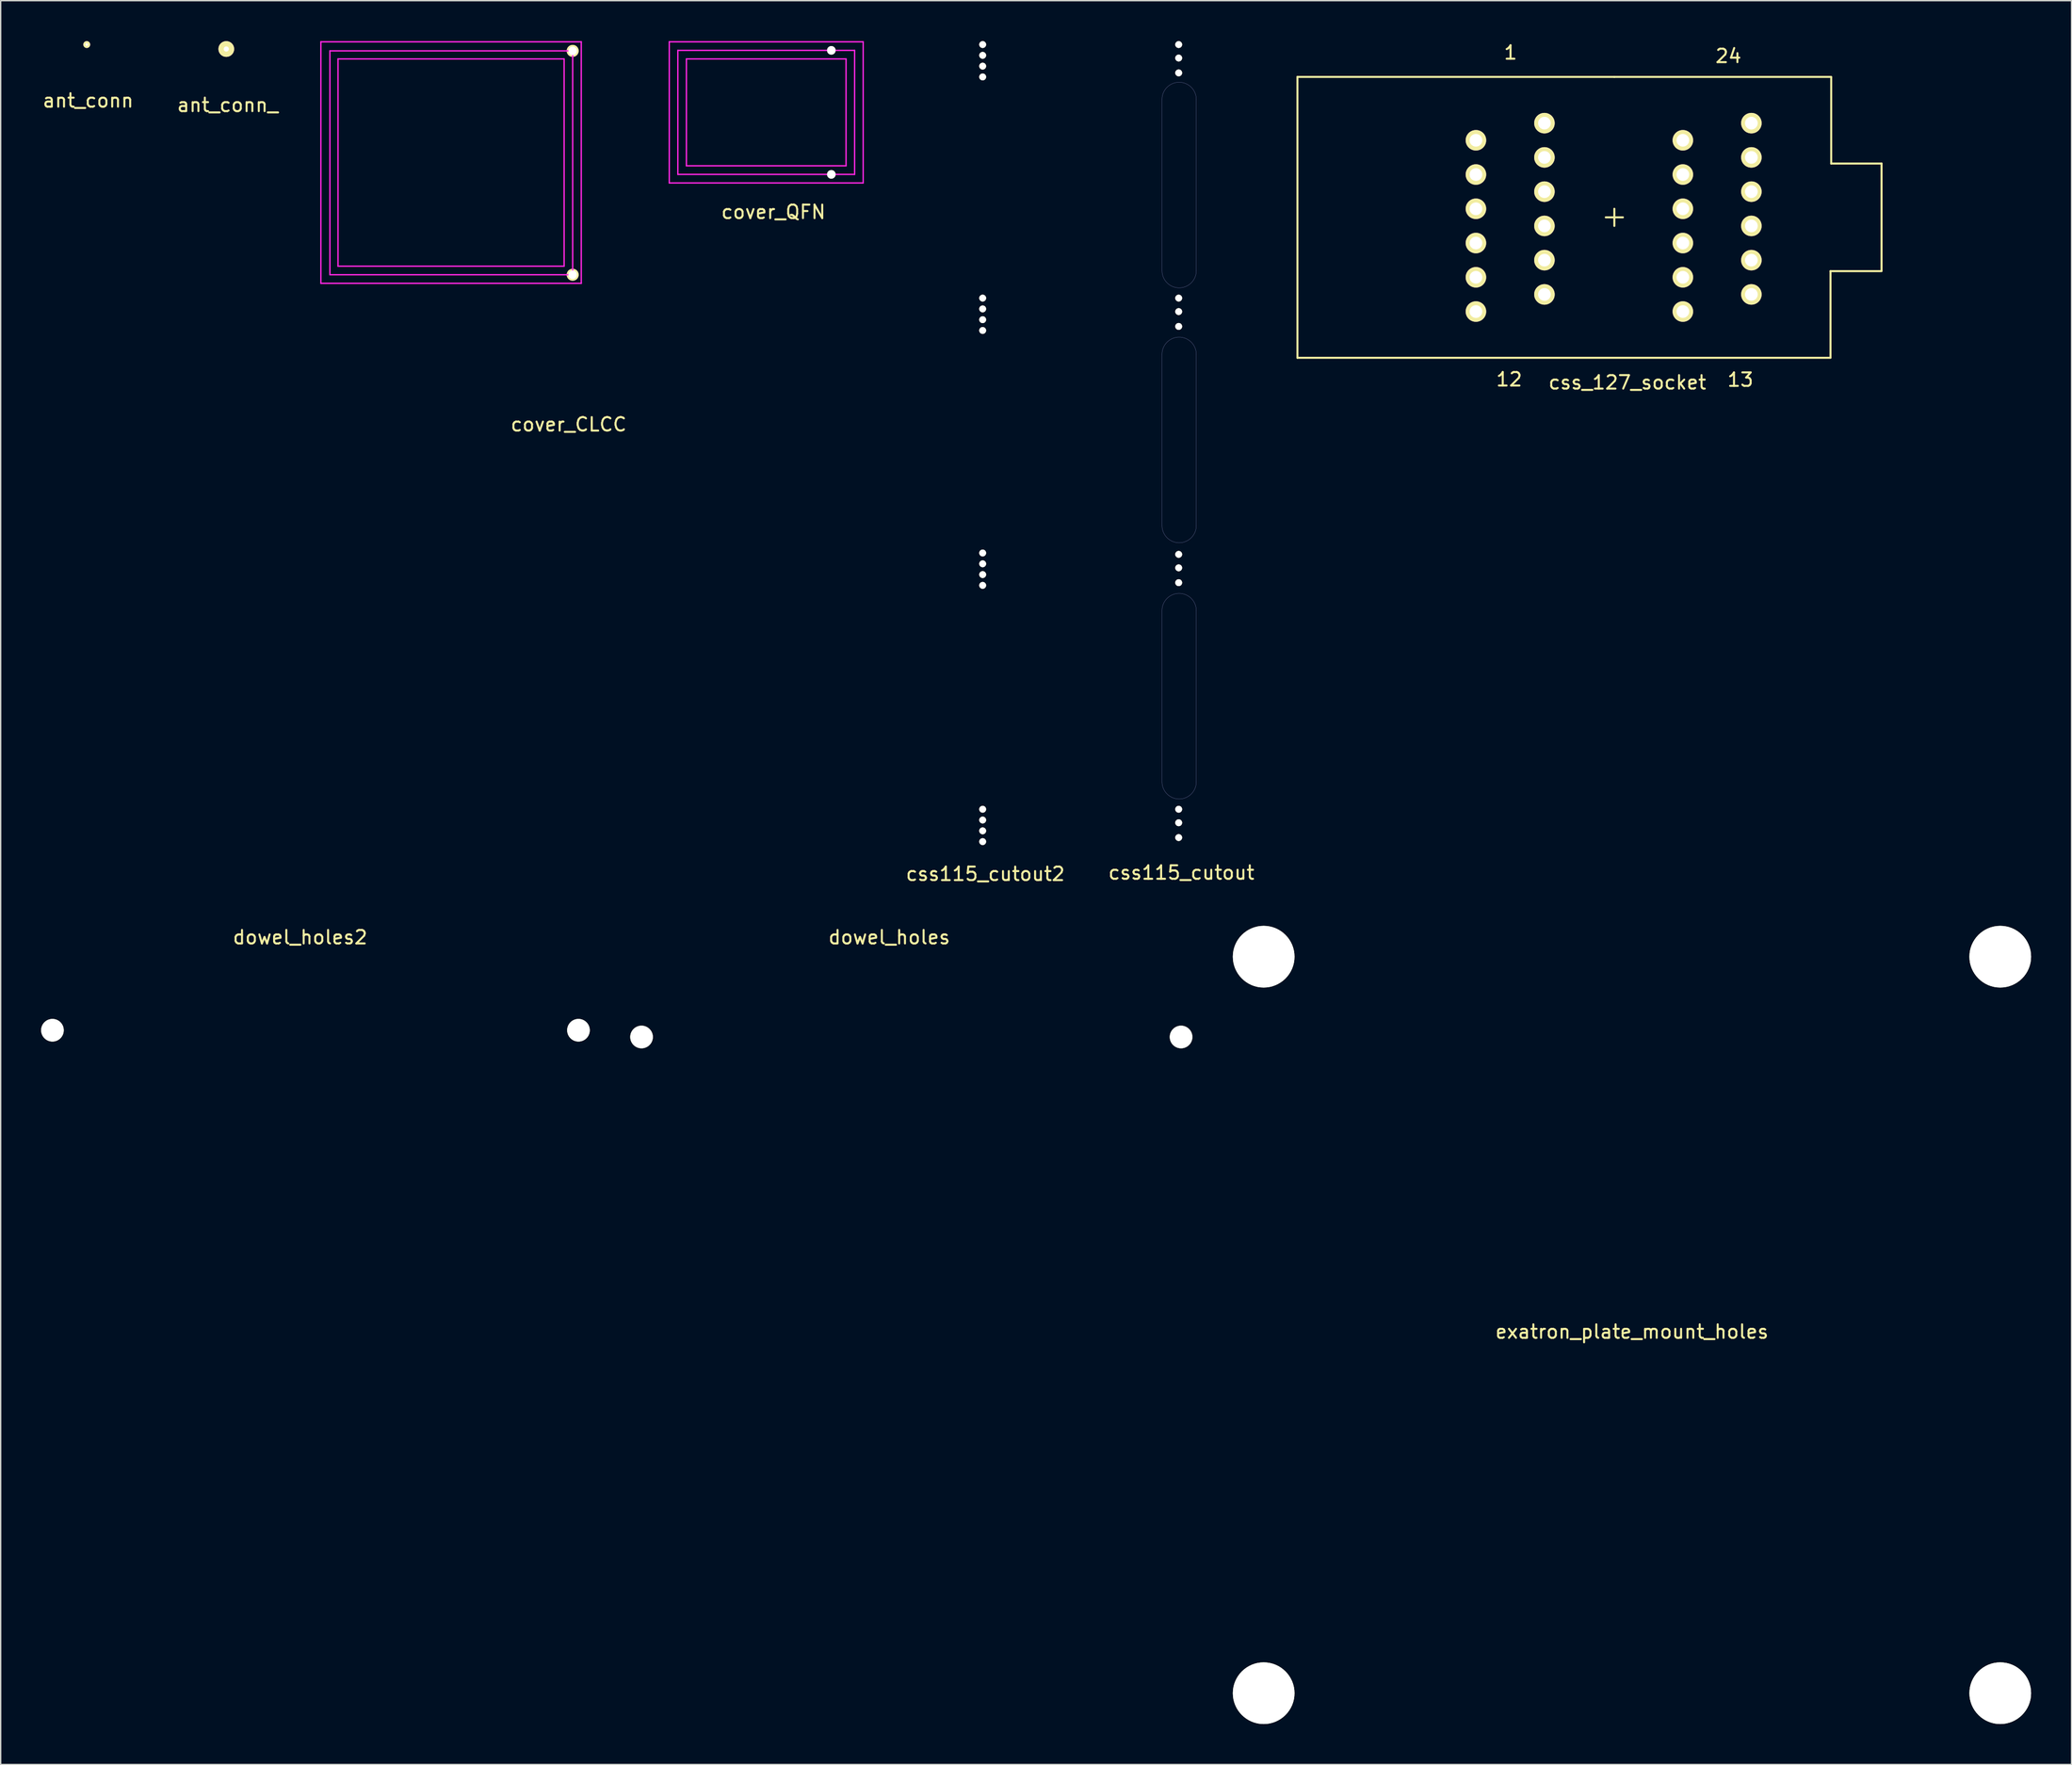
<source format=kicad_pcb>
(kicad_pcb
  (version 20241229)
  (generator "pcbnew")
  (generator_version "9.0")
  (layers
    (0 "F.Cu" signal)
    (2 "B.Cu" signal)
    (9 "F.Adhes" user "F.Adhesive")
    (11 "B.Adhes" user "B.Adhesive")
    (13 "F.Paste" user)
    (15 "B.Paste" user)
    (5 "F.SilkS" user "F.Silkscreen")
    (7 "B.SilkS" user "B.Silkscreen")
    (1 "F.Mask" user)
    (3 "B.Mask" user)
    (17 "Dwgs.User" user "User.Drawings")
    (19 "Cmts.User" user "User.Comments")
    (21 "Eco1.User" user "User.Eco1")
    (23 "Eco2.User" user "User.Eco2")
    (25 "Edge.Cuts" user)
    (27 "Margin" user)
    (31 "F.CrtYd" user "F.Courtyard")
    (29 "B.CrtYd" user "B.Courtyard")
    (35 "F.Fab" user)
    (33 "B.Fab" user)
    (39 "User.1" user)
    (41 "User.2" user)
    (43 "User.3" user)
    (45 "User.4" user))
  (footprint "cover_QFN"
    (layer "F.Cu")
    (at 60.312 9.88)
    (property "Reference" "cover_QFN" (at -6.02 2.786 0) (layer "F.SilkS") (effects (font (size 1 1) (thickness 0.15))))
    (attr through_hole)
    (fp_line (start -13.741 -9.83) (end -13.741 0.635) (stroke (width 0.1) (type solid)) (layer "F.CrtYd"))
    (fp_line (start -13.741 0.635) (end 0.635 0.635) (stroke (width 0.1) (type solid)) (layer "F.CrtYd"))
    (fp_line (start -13.106 -9.195) (end 0 -9.195) (stroke (width 0.1) (type solid)) (layer "F.CrtYd"))
    (fp_line (start -13.106 0) (end -13.106 -9.195) (stroke (width 0.1) (type solid)) (layer "F.CrtYd"))
    (fp_line (start -12.471 -8.56) (end -12.471 -0.635) (stroke (width 0.1) (type solid)) (layer "F.CrtYd"))
    (fp_line (start -12.471 -0.635) (end -0.635 -0.635) (stroke (width 0.1) (type solid)) (layer "F.CrtYd"))
    (fp_line (start -0.635 -8.56) (end -12.471 -8.56) (stroke (width 0.1) (type solid)) (layer "F.CrtYd"))
    (fp_line (start -0.635 -0.635) (end -0.635 -8.56) (stroke (width 0.1) (type solid)) (layer "F.CrtYd"))
    (fp_line (start 0 -9.195) (end 0 0) (stroke (width 0.1) (type solid)) (layer "F.CrtYd"))
    (fp_line (start 0 0) (end -13.106 0) (stroke (width 0.1) (type solid)) (layer "F.CrtYd"))
    (fp_line (start 0.635 -9.83) (end -13.741 -9.83) (stroke (width 0.1) (type solid)) (layer "F.CrtYd"))
    (fp_line (start 0.635 0.635) (end 0.635 -9.83) (stroke (width 0.1) (type solid)) (layer "F.CrtYd"))
    (pad "" np_thru_hole circle (at -1.727 -9.195) (size 0.635 0.635) (drill 0.635) (layers "*.Cu" "*.Mask" "F.SilkS"))
    (pad "" np_thru_hole circle (at -1.727 0) (size 0.635 0.635) (drill 0.635) (layers "*.Cu" "*.Mask" "F.SilkS")))
  (footprint "css115_cutout"
    (layer "F.Cu")
    (at 84.338 59.854)
    (property "Reference" "css115_cutout" (at 0.2 1.8 0) (layer "F.SilkS") (effects (font (size 1 1) (thickness 0.15))))
    (attr through_hole)
    (fp_line (start -1.235 -55.532) (end -1.235 -42.833) (stroke (width 0.025) (type solid)) (layer "B.Fab"))
    (fp_line (start -1.235 -36.633) (end -1.235 -23.933) (stroke (width 0.025) (type solid)) (layer "B.Fab"))
    (fp_line (start -1.235 -17.633) (end -1.235 -4.933) (stroke (width 0.025) (type solid)) (layer "B.Fab"))
    (fp_line (start 1.305 -55.532) (end 1.305 -42.833) (stroke (width 0.025) (type solid)) (layer "B.Fab"))
    (fp_line (start 1.305 -36.633) (end 1.305 -23.933) (stroke (width 0.025) (type solid)) (layer "B.Fab"))
    (fp_line (start 1.305 -17.633) (end 1.305 -4.933) (stroke (width 0.025) (type solid)) (layer "B.Fab"))
    (fp_arc (start -1.23496 -55.53504) (mid 0.03504 -56.80504) (end 1.30504 -55.53504) (stroke (width 0.0254) (type solid)) (layer "B.Fab"))
    (fp_arc (start -1.23496 -36.63504) (mid 0.03504 -37.90504) (end 1.30504 -36.63504) (stroke (width 0.0254) (type solid)) (layer "B.Fab"))
    (fp_arc (start -1.23496 -17.63504) (mid 0.03504 -18.90504) (end 1.30504 -17.63504) (stroke (width 0.0254) (type solid)) (layer "B.Fab"))
    (fp_arc (start 1.30631 -42.83123) (mid 0.03631 -41.56123) (end -1.23369 -42.83123) (stroke (width 0.0254) (type solid)) (layer "B.Fab"))
    (fp_arc (start 1.30631 -23.93123) (mid 0.03631 -22.66123) (end -1.23369 -23.93123) (stroke (width 0.0254) (type solid)) (layer "B.Fab"))
    (fp_arc (start 1.30631 -4.93123) (mid 0.03631 -3.66123) (end -1.23369 -4.93123) (stroke (width 0.0254) (type solid)) (layer "B.Fab"))
    (pad "" np_thru_hole circle (at 0 -59.6) (size 0.508 0.508) (drill 0.508) (layers "*.Cu" "*.Mask" "F.SilkS"))
    (pad "" np_thru_hole circle (at 0 -58.6) (size 0.508 0.508) (drill 0.508) (layers "*.Cu" "*.Mask" "F.SilkS"))
    (pad "" np_thru_hole circle (at 0 -57.5) (size 0.508 0.508) (drill 0.508) (layers "*.Cu" "*.Mask" "F.SilkS"))
    (pad "" np_thru_hole circle (at 0 -40.8) (size 0.508 0.508) (drill 0.508) (layers "*.Cu" "*.Mask" "F.SilkS"))
    (pad "" np_thru_hole circle (at 0 -39.8) (size 0.508 0.508) (drill 0.508) (layers "*.Cu" "*.Mask" "F.SilkS"))
    (pad "" np_thru_hole circle (at 0 -38.7) (size 0.508 0.508) (drill 0.508) (layers "*.Cu" "*.Mask" "F.SilkS"))
    (pad "" np_thru_hole circle (at 0 -21.8) (size 0.508 0.508) (drill 0.508) (layers "*.Cu" "*.Mask" "F.SilkS"))
    (pad "" np_thru_hole circle (at 0 -20.8) (size 0.508 0.508) (drill 0.508) (layers "*.Cu" "*.Mask" "F.SilkS"))
    (pad "" np_thru_hole circle (at 0 -19.7) (size 0.508 0.508) (drill 0.508) (layers "*.Cu" "*.Mask" "F.SilkS"))
    (pad "" np_thru_hole circle (at 0 -2.9) (size 0.508 0.508) (drill 0.508) (layers "*.Cu" "*.Mask" "F.SilkS"))
    (pad "" np_thru_hole circle (at 0 -1.9) (size 0.508 0.508) (drill 0.508) (layers "*.Cu" "*.Mask" "F.SilkS"))
    (pad "" np_thru_hole circle (at 0 -0.8) (size 0.508 0.508) (drill 0.508) (layers "*.Cu" "*.Mask" "F.SilkS")))
  (footprint "css115_cutout2"
    (layer "F.Cu")
    (at 69.803 59.952)
    (property "Reference" "css115_cutout2" (at 0.2 1.8 0) (layer "F.SilkS") (effects (font (size 1 1) (thickness 0.15))))
    (attr through_hole)
    (fp_line (start -1.235 -55.532) (end -1.235 -42.833) (stroke (width 0.025) (type solid)) (layer "B.Adhes"))
    (fp_line (start -1.235 -36.633) (end -1.235 -23.933) (stroke (width 0.025) (type solid)) (layer "B.Adhes"))
    (fp_line (start -1.235 -17.633) (end -1.235 -4.933) (stroke (width 0.025) (type solid)) (layer "B.Adhes"))
    (fp_line (start 1.305 -55.532) (end 1.305 -42.833) (stroke (width 0.025) (type solid)) (layer "B.Adhes"))
    (fp_line (start 1.305 -36.633) (end 1.305 -23.933) (stroke (width 0.025) (type solid)) (layer "B.Adhes"))
    (fp_line (start 1.305 -17.633) (end 1.305 -4.933) (stroke (width 0.025) (type solid)) (layer "B.Adhes"))
    (fp_arc (start -1.23496 -55.53504) (mid 0.03504 -56.80504) (end 1.30504 -55.53504) (stroke (width 0.0254) (type solid)) (layer "B.Adhes"))
    (fp_arc (start -1.23496 -36.63504) (mid 0.03504 -37.90504) (end 1.30504 -36.63504) (stroke (width 0.0254) (type solid)) (layer "B.Adhes"))
    (fp_arc (start -1.23496 -17.63504) (mid 0.03504 -18.90504) (end 1.30504 -17.63504) (stroke (width 0.0254) (type solid)) (layer "B.Adhes"))
    (fp_arc (start 1.30631 -42.83123) (mid 0.03631 -41.56123) (end -1.23369 -42.83123) (stroke (width 0.0254) (type solid)) (layer "B.Adhes"))
    (fp_arc (start 1.30631 -23.93123) (mid 0.03631 -22.66123) (end -1.23369 -23.93123) (stroke (width 0.0254) (type solid)) (layer "B.Adhes"))
    (fp_arc (start 1.30631 -4.93123) (mid 0.03631 -3.66123) (end -1.23369 -4.93123) (stroke (width 0.0254) (type solid)) (layer "B.Adhes"))
    (pad "" np_thru_hole circle (at 0.002 -59.698) (size 0.508 0.508) (drill 0.508) (layers "*.Cu" "*.Mask" "F.SilkS"))
    (pad "" np_thru_hole circle (at 0.002 -58.898) (size 0.508 0.508) (drill 0.508) (layers "*.Cu" "*.Mask" "F.SilkS"))
    (pad "" np_thru_hole circle (at 0.002 -58.098) (size 0.508 0.508) (drill 0.508) (layers "*.Cu" "*.Mask" "F.SilkS"))
    (pad "" np_thru_hole circle (at 0.002 -57.298) (size 0.508 0.508) (drill 0.508) (layers "*.Cu" "*.Mask" "F.SilkS"))
    (pad "" np_thru_hole circle (at 0.002 -40.898) (size 0.508 0.508) (drill 0.508) (layers "*.Cu" "*.Mask" "F.SilkS"))
    (pad "" np_thru_hole circle (at 0.002 -40.098) (size 0.508 0.508) (drill 0.508) (layers "*.Cu" "*.Mask" "F.SilkS"))
    (pad "" np_thru_hole circle (at 0.002 -39.298) (size 0.508 0.508) (drill 0.508) (layers "*.Cu" "*.Mask" "F.SilkS"))
    (pad "" np_thru_hole circle (at 0.002 -38.498) (size 0.508 0.508) (drill 0.508) (layers "*.Cu" "*.Mask" "F.SilkS"))
    (pad "" np_thru_hole circle (at 0.002 -21.998) (size 0.508 0.508) (drill 0.508) (layers "*.Cu" "*.Mask" "F.SilkS"))
    (pad "" np_thru_hole circle (at 0.002 -21.198) (size 0.508 0.508) (drill 0.508) (layers "*.Cu" "*.Mask" "F.SilkS"))
    (pad "" np_thru_hole circle (at 0.002 -20.398) (size 0.508 0.508) (drill 0.508) (layers "*.Cu" "*.Mask" "F.SilkS"))
    (pad "" np_thru_hole circle (at 0.002 -19.598) (size 0.508 0.508) (drill 0.508) (layers "*.Cu" "*.Mask" "F.SilkS"))
    (pad "" np_thru_hole circle (at 0.002 -2.998) (size 0.508 0.508) (drill 0.508) (layers "*.Cu" "*.Mask" "F.SilkS"))
    (pad "" np_thru_hole circle (at 0.002 -2.198) (size 0.508 0.508) (drill 0.508) (layers "*.Cu" "*.Mask" "F.SilkS"))
    (pad "" np_thru_hole circle (at 0.002 -1.398) (size 0.508 0.508) (drill 0.508) (layers "*.Cu" "*.Mask" "F.SilkS"))
    (pad "" np_thru_hole circle (at 0.002 -0.598) (size 0.508 0.508) (drill 0.508) (layers "*.Cu" "*.Mask" "F.SilkS")))
  (footprint "ant_conn_"
    (layer "F.Cu")
    (at 13.727 0.584)
    (property "Reference" "ant_conn_" (at 0.1 4.15 0) (layer "F.SilkS") (effects (font (size 1 1) (thickness 0.15))))
    (attr through_hole)
    (pad "1" thru_hole circle (at 0 0) (size 1.168 1.168) (drill 0.381) (layers "*.Cu" "*.Mask" "F.SilkS")))
  (footprint "css_127_socket"
    (layer "F.Cu")
    (at 116.638 13.066)
    (property "Reference" "css_127_socket" (at 0.965 12.243 0) (layer "F.SilkS") (effects (font (size 1 1) (thickness 0.15))))
    (attr through_hole)
    (fp_line (start -23.495 10.414) (end -23.495 -10.414) (stroke (width 0.15) (type solid)) (layer "F.SilkS"))
    (fp_line (start -23.495 10.414) (end 16.027 10.414) (stroke (width 0.15) (type solid)) (layer "F.SilkS"))
    (fp_line (start 0 -10.414) (end -23.495 -10.414) (stroke (width 0.15) (type solid)) (layer "F.SilkS"))
    (fp_line (start 0 -10.414) (end 16.078 -10.414) (stroke (width 0.15) (type solid)) (layer "F.SilkS"))
    (fp_line (start 0 -0.635) (end 0 0.635) (stroke (width 0.15) (type solid)) (layer "F.SilkS"))
    (fp_line (start 0.635 0) (end -0.635 0) (stroke (width 0.15) (type solid)) (layer "F.SilkS"))
    (fp_line (start 16.027 3.988) (end 19.761 3.988) (stroke (width 0.15) (type solid)) (layer "F.SilkS"))
    (fp_line (start 16.027 10.389) (end 16.027 3.988) (stroke (width 0.15) (type solid)) (layer "F.SilkS"))
    (fp_line (start 16.078 -10.389) (end 16.078 -3.988) (stroke (width 0.15) (type solid)) (layer "F.SilkS"))
    (fp_line (start 16.078 -3.988) (end 19.812 -3.988) (stroke (width 0.15) (type solid)) (layer "F.SilkS"))
    (fp_line (start 19.812 3.988) (end 19.812 -3.988) (stroke (width 0.15) (type solid)) (layer "F.SilkS"))
    (fp_text user "1" (at -7.696 -12.217 0) (layer "F.SilkS") (effects (font (size 1 1) (thickness 0.15))))
    (fp_text user "12" (at -7.798 12.014 0) (layer "F.SilkS") (effects (font (size 1 1) (thickness 0.15))))
    (fp_text user "13" (at 9.347 12.04 0) (layer "F.SilkS") (effects (font (size 1 1) (thickness 0.15))))
    (fp_text user "24" (at 8.458 -11.963 0) (layer "F.SilkS") (effects (font (size 1 1) (thickness 0.15))))
    (pad "1" thru_hole circle (at -5.182 -6.985) (size 1.52 1.52) (drill 0.94) (layers "*.Cu" "*.Mask" "F.SilkS"))
    (pad "2" thru_hole circle (at -10.262 -5.715) (size 1.52 1.52) (drill 0.94) (layers "*.Cu" "*.Mask" "F.SilkS"))
    (pad "3" thru_hole circle (at -5.182 -4.445) (size 1.52 1.52) (drill 0.94) (layers "*.Cu" "*.Mask" "F.SilkS"))
    (pad "4" thru_hole circle (at -10.262 -3.175) (size 1.52 1.52) (drill 0.94) (layers "*.Cu" "*.Mask" "F.SilkS"))
    (pad "5" thru_hole circle (at -5.182 -1.905) (size 1.52 1.52) (drill 0.94) (layers "*.Cu" "*.Mask" "F.SilkS"))
    (pad "6" thru_hole circle (at -10.262 -0.635) (size 1.52 1.52) (drill 0.94) (layers "*.Cu" "*.Mask" "F.SilkS"))
    (pad "7" thru_hole circle (at -5.182 0.635) (size 1.52 1.52) (drill 0.94) (layers "*.Cu" "*.Mask" "F.SilkS"))
    (pad "8" thru_hole circle (at -10.262 1.905) (size 1.52 1.52) (drill 0.94) (layers "*.Cu" "*.Mask" "F.SilkS"))
    (pad "9" thru_hole circle (at -5.182 3.175) (size 1.52 1.52) (drill 0.94) (layers "*.Cu" "*.Mask" "F.SilkS"))
    (pad "10" thru_hole circle (at -10.262 4.445) (size 1.52 1.52) (drill 0.94) (layers "*.Cu" "*.Mask" "F.SilkS"))
    (pad "11" thru_hole circle (at -5.182 5.715) (size 1.52 1.52) (drill 0.94) (layers "*.Cu" "*.Mask" "F.SilkS"))
    (pad "12" thru_hole circle (at -10.262 6.985) (size 1.52 1.52) (drill 0.94) (layers "*.Cu" "*.Mask" "F.SilkS"))
    (pad "13" thru_hole circle (at 5.08 6.985) (size 1.52 1.52) (drill 0.94) (layers "*.Cu" "*.Mask" "F.SilkS"))
    (pad "14" thru_hole circle (at 10.16 5.715) (size 1.52 1.52) (drill 0.94) (layers "*.Cu" "*.Mask" "F.SilkS"))
    (pad "15" thru_hole circle (at 5.08 4.445) (size 1.52 1.52) (drill 0.94) (layers "*.Cu" "*.Mask" "F.SilkS"))
    (pad "16" thru_hole circle (at 10.16 3.175) (size 1.52 1.52) (drill 0.94) (layers "*.Cu" "*.Mask" "F.SilkS"))
    (pad "17" thru_hole circle (at 5.08 1.905) (size 1.52 1.52) (drill 0.94) (layers "*.Cu" "*.Mask" "F.SilkS"))
    (pad "18" thru_hole circle (at 10.16 0.635) (size 1.52 1.52) (drill 0.94) (layers "*.Cu" "*.Mask" "F.SilkS"))
    (pad "19" thru_hole circle (at 5.08 -0.635) (size 1.52 1.52) (drill 0.94) (layers "*.Cu" "*.Mask" "F.SilkS"))
    (pad "20" thru_hole circle (at 10.16 -1.905) (size 1.52 1.52) (drill 0.94) (layers "*.Cu" "*.Mask" "F.SilkS"))
    (pad "21" thru_hole circle (at 5.08 -3.175) (size 1.52 1.52) (drill 0.94) (layers "*.Cu" "*.Mask" "F.SilkS"))
    (pad "22" thru_hole circle (at 10.16 -4.445) (size 1.52 1.52) (drill 0.94) (layers "*.Cu" "*.Mask" "F.SilkS"))
    (pad "23" thru_hole circle (at 5.08 -5.715) (size 1.52 1.52) (drill 0.94) (layers "*.Cu" "*.Mask" "F.SilkS"))
    (pad "24" thru_hole circle (at 10.16 -6.985) (size 1.52 1.52) (drill 0.94) (layers "*.Cu" "*.Mask" "F.SilkS")))
  (footprint "ant_conn"
    (layer "F.Cu")
    (at 3.382 0.254)
    (property "Reference" "ant_conn" (at 0.1 4.15 0) (layer "F.SilkS") (effects (font (size 1 1) (thickness 0.15))))
    (attr through_hole)
    (pad "1" thru_hole circle (at 0 0) (size 0.508 0.508) (drill 0.203) (layers "*.Cu" "*.Mask" "F.SilkS")))
  (footprint "dowel_holes2"
    (layer "F.Cu")
    (at 27.838 90.84)
    (property "Reference" "dowel_holes2" (at -8.636 -24.392 0) (layer "F.SilkS") (effects (font (size 1 1) (thickness 0.15))))
    (attr through_hole)
    (pad "" np_thru_hole circle (at -27 -17.5) (size 1.676 1.676) (drill 1.676) (layers "*.Cu" "*.Mask" "F.SilkS"))
    (pad "" np_thru_hole circle (at 12 -17.5) (size 1.676 1.676) (drill 1.676) (layers "*.Cu" "*.Mask" "F.SilkS")))
  (footprint "exatron_plate_mount_holes"
    (layer "F.Cu")
    (at 117.944 95.191)
    (property "Reference" "exatron_plate_mount_holes" (at 0 0.5 0) (layer "F.SilkS") (effects (font (size 1 1) (thickness 0.15))))
    (attr through_hole)
    (pad "" np_thru_hole circle (at -27.305 -27.305) (size 4.572 4.572) (drill 4.572) (layers "*.Cu" "*.Mask" "F.SilkS"))
    (pad "" np_thru_hole circle (at -27.305 27.305) (size 4.572 4.572) (drill 4.572) (layers "*.Cu" "*.Mask" "F.SilkS"))
    (pad "" np_thru_hole circle (at 27.305 -27.305) (size 4.572 4.572) (drill 4.572) (layers "*.Cu" "*.Mask" "F.SilkS"))
    (pad "" np_thru_hole circle (at 27.305 27.305) (size 4.572 4.572) (drill 4.572) (layers "*.Cu" "*.Mask" "F.SilkS")))
  (footprint "dowel_holes"
    (layer "F.Cu")
    (at 71.515 90.84)
    (property "Reference" "dowel_holes" (at -8.636 -24.392 0) (layer "F.SilkS") (effects (font (size 1 1) (thickness 0.15))))
    (attr through_hole)
    (pad "" np_thru_hole circle (at -27 -17) (size 1.676 1.676) (drill 1.676) (layers "*.Cu" "*.Mask" "F.SilkS"))
    (pad "" np_thru_hole circle (at 13 -17) (size 1.676 1.676) (drill 1.676) (layers "*.Cu" "*.Mask" "F.SilkS")))
  (footprint "cover_CLCC"
    (layer "F.Cu")
    (at 39.409 17.322)
    (property "Reference" "cover_CLCC" (at -0.3 11.1 0) (layer "F.SilkS") (effects (font (size 1 1) (thickness 0.15))))
    (attr through_hole)
    (fp_line (start -18.669 -17.272) (end 0.635 -17.272) (stroke (width 0.1) (type solid)) (layer "F.CrtYd"))
    (fp_line (start -18.669 0.635) (end -18.669 -17.272) (stroke (width 0.1) (type solid)) (layer "F.CrtYd"))
    (fp_line (start -18 -16.6) (end 0 -16.6) (stroke (width 0.1) (type solid)) (layer "F.CrtYd"))
    (fp_line (start -18 0) (end -18 -16.6) (stroke (width 0.1) (type solid)) (layer "F.CrtYd"))
    (fp_line (start -17.399 -16.002) (end -0.635 -16.002) (stroke (width 0.1) (type solid)) (layer "F.CrtYd"))
    (fp_line (start -17.399 -0.635) (end -17.399 -16.002) (stroke (width 0.1) (type solid)) (layer "F.CrtYd"))
    (fp_line (start -0.635 -16.002) (end -0.635 -0.635) (stroke (width 0.1) (type solid)) (layer "F.CrtYd"))
    (fp_line (start -0.635 -0.635) (end -17.399 -0.635) (stroke (width 0.1) (type solid)) (layer "F.CrtYd"))
    (fp_line (start 0 -16.6) (end 0 0) (stroke (width 0.1) (type solid)) (layer "F.CrtYd"))
    (fp_line (start 0 0) (end -18 0) (stroke (width 0.1) (type solid)) (layer "F.CrtYd"))
    (fp_line (start 0.635 -17.272) (end 0.635 0.635) (stroke (width 0.1) (type solid)) (layer "F.CrtYd"))
    (fp_line (start 0.635 0.635) (end -18.669 0.635) (stroke (width 0.1) (type solid)) (layer "F.CrtYd"))
    (pad "" thru_hole circle (at 0 -16.6) (size 0.889 0.889) (drill 0.635) (layers "*.Cu" "*.Mask" "F.SilkS"))
    (pad "" thru_hole circle (at 0 0) (size 0.889 0.889) (drill 0.635) (layers "*.Cu" "*.Mask" "F.SilkS")))
  (gr_rect
    (start -3 -3)
    (end 150.535 127.782)
    (stroke (width 0.1) (type default))
    (fill no)
    (layer "Edge.Cuts")))
</source>
